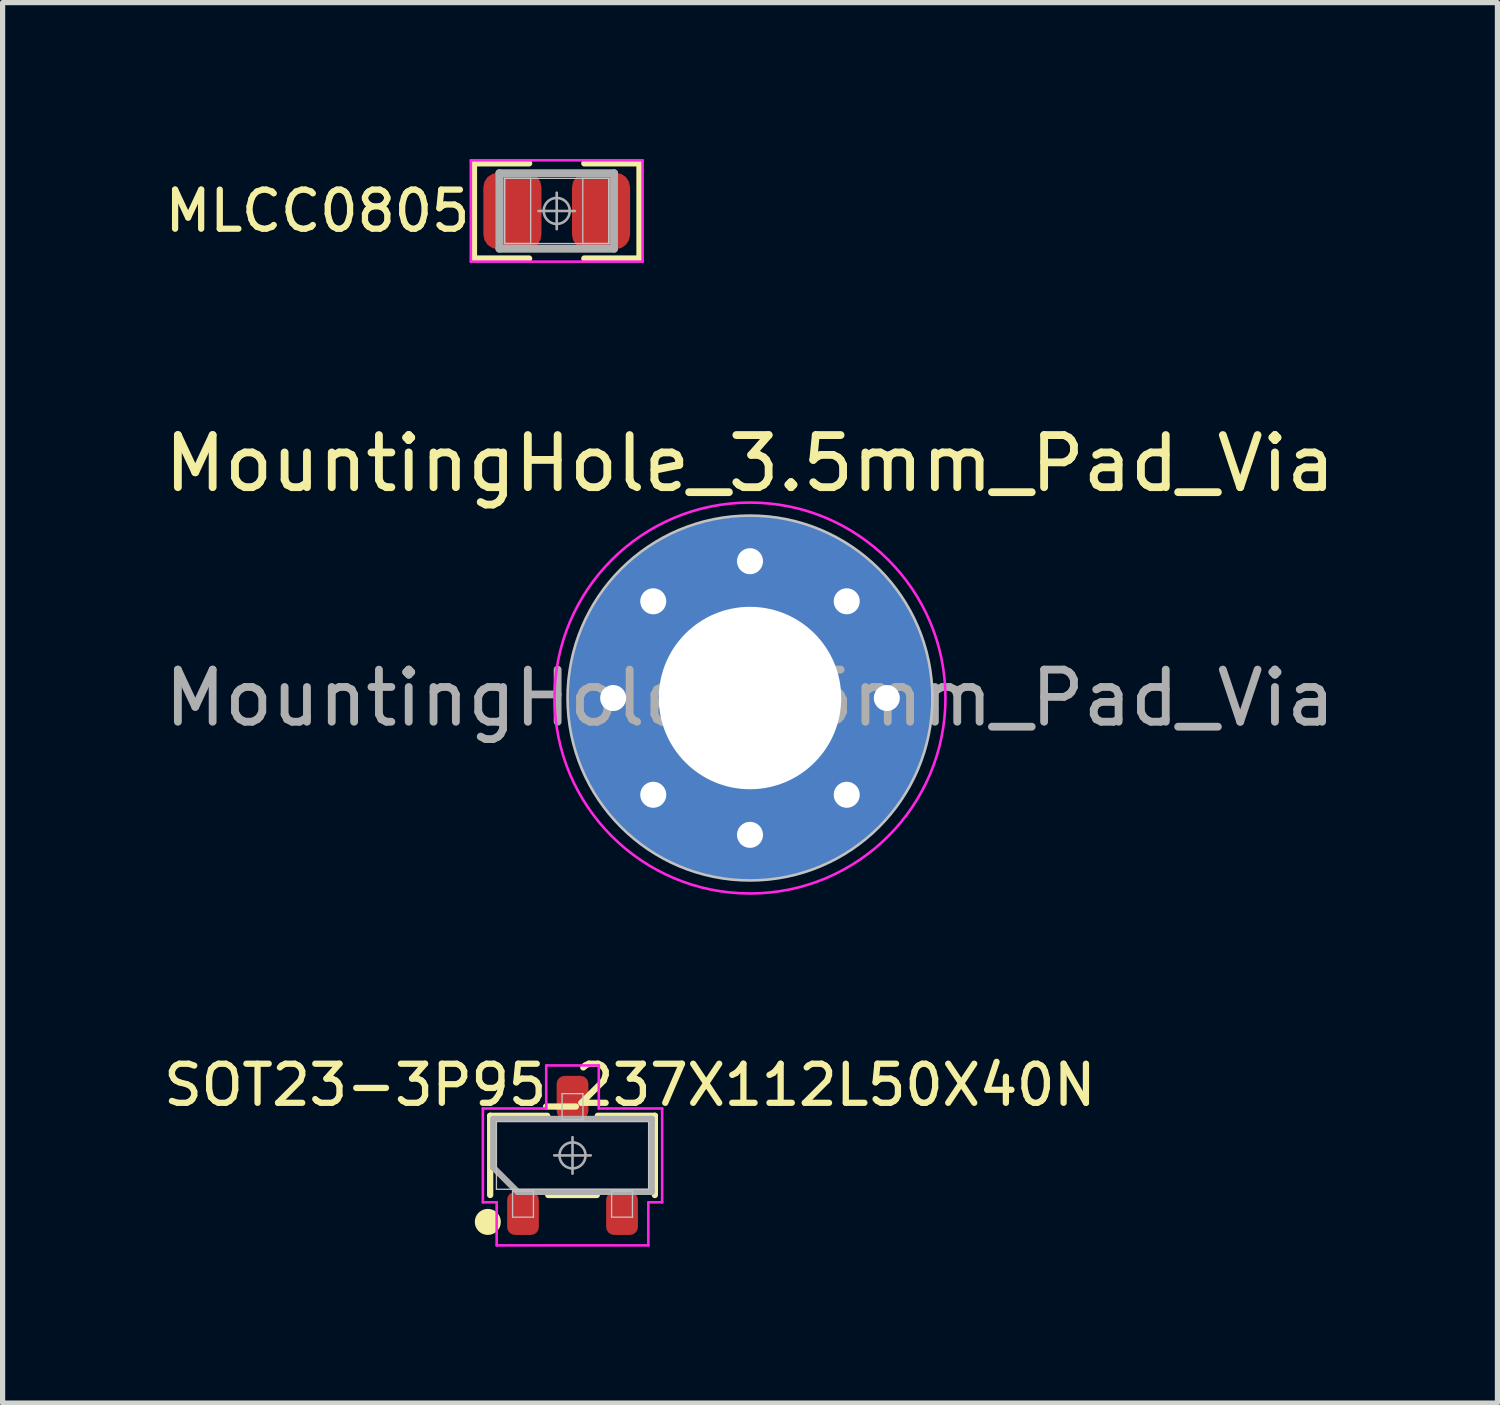
<source format=kicad_pcb>
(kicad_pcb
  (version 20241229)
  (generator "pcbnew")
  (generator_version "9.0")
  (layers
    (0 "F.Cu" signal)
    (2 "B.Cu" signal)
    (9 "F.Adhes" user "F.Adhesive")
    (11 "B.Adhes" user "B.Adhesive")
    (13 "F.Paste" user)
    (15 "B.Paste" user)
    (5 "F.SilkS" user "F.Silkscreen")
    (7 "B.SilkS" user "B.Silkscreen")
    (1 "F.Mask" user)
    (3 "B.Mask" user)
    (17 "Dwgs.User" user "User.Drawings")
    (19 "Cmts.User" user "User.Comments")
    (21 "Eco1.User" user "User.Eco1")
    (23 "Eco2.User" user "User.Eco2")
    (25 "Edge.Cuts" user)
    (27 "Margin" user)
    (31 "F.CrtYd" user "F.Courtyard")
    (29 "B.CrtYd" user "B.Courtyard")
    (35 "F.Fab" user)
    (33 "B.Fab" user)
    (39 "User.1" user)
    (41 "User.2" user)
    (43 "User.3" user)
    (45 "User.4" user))
  (footprint "SOT23-3P95_237X112L50X40N"
    (layer "F.Cu")
    (at 7.934 19.117)
    (property "Reference" "SOT23-3P95_237X112L50X40N" (at 1.1 -1.35 180) (layer "F.SilkS") (effects (font (size 0.75 0.75) (thickness 0.12))))
    (attr smd)
    (fp_line (start -1.58 -0.76) (end -0.485 -0.76) (stroke (width 0.12) (type solid)) (layer "F.SilkS"))
    (fp_line (start -1.58 0.76) (end -1.58 -0.76) (stroke (width 0.12) (type solid)) (layer "F.SilkS"))
    (fp_line (start 0.466 0.76) (end -0.466 0.76) (stroke (width 0.12) (type solid)) (layer "F.SilkS"))
    (fp_line (start 0.485 -0.76) (end 1.58 -0.76) (stroke (width 0.12) (type solid)) (layer "F.SilkS"))
    (fp_line (start 1.58 -0.76) (end 1.58 0.76) (stroke (width 0.12) (type solid)) (layer "F.SilkS"))
    (fp_circle (center -1.625 1.276) (end -1.625 1.401) (stroke (width 0.25) (type solid)) (fill no) (layer "F.SilkS"))
    (fp_line (start -1.46 -0.65) (end 1.46 -0.65) (stroke (width 0.025) (type solid)) (layer "Dwgs.User"))
    (fp_line (start -1.46 0.65) (end -1.46 -0.65) (stroke (width 0.025) (type solid)) (layer "Dwgs.User"))
    (fp_line (start -1.15 0.685) (end -0.75 0.685) (stroke (width 0.025) (type solid)) (layer "Dwgs.User"))
    (fp_line (start -1.15 1.185) (end -1.15 0.685) (stroke (width 0.025) (type solid)) (layer "Dwgs.User"))
    (fp_line (start -0.75 0.685) (end -0.75 1.185) (stroke (width 0.025) (type solid)) (layer "Dwgs.User"))
    (fp_line (start -0.75 1.185) (end -1.15 1.185) (stroke (width 0.025) (type solid)) (layer "Dwgs.User"))
    (fp_line (start -0.2 -1.185) (end 0.2 -1.185) (stroke (width 0.025) (type solid)) (layer "Dwgs.User"))
    (fp_line (start -0.2 -0.685) (end -0.2 -1.185) (stroke (width 0.025) (type solid)) (layer "Dwgs.User"))
    (fp_line (start 0.2 -1.185) (end 0.2 -0.685) (stroke (width 0.025) (type solid)) (layer "Dwgs.User"))
    (fp_line (start 0.2 -0.685) (end -0.2 -0.685) (stroke (width 0.025) (type solid)) (layer "Dwgs.User"))
    (fp_line (start 0.75 0.685) (end 1.15 0.685) (stroke (width 0.025) (type solid)) (layer "Dwgs.User"))
    (fp_line (start 0.75 1.185) (end 0.75 0.685) (stroke (width 0.025) (type solid)) (layer "Dwgs.User"))
    (fp_line (start 1.15 0.685) (end 1.15 1.185) (stroke (width 0.025) (type solid)) (layer "Dwgs.User"))
    (fp_line (start 1.15 1.185) (end 0.75 1.185) (stroke (width 0.025) (type solid)) (layer "Dwgs.User"))
    (fp_line (start 1.46 -0.65) (end 1.46 0.65) (stroke (width 0.025) (type solid)) (layer "Dwgs.User"))
    (fp_line (start 1.46 0.65) (end -1.46 0.65) (stroke (width 0.025) (type solid)) (layer "Dwgs.User"))
    (fp_line (start -1.72 -0.9) (end -1.72 0.9) (stroke (width 0.05) (type solid)) (layer "F.CrtYd"))
    (fp_line (start -1.72 0.9) (end -1.455 0.9) (stroke (width 0.05) (type solid)) (layer "F.CrtYd"))
    (fp_line (start -1.455 0.9) (end -1.455 1.726) (stroke (width 0.05) (type solid)) (layer "F.CrtYd"))
    (fp_line (start -1.455 1.726) (end 1.455 1.726) (stroke (width 0.05) (type solid)) (layer "F.CrtYd"))
    (fp_line (start -0.504 -1.726) (end -0.504 -0.9) (stroke (width 0.05) (type solid)) (layer "F.CrtYd"))
    (fp_line (start -0.504 -0.9) (end -1.72 -0.9) (stroke (width 0.05) (type solid)) (layer "F.CrtYd"))
    (fp_line (start 0.504 -1.726) (end -0.504 -1.726) (stroke (width 0.05) (type solid)) (layer "F.CrtYd"))
    (fp_line (start 0.504 -0.9) (end 0.504 -1.726) (stroke (width 0.05) (type solid)) (layer "F.CrtYd"))
    (fp_line (start 1.455 0.9) (end 1.72 0.9) (stroke (width 0.05) (type solid)) (layer "F.CrtYd"))
    (fp_line (start 1.455 1.726) (end 1.455 0.9) (stroke (width 0.05) (type solid)) (layer "F.CrtYd"))
    (fp_line (start 1.72 -0.9) (end 0.504 -0.9) (stroke (width 0.05) (type solid)) (layer "F.CrtYd"))
    (fp_line (start 1.72 0.9) (end 1.72 -0.9) (stroke (width 0.05) (type solid)) (layer "F.CrtYd"))
    (fp_line (start -1.52 -0.7) (end 1.52 -0.7) (stroke (width 0.12) (type solid)) (layer "F.Fab"))
    (fp_line (start -1.52 0.233) (end -1.52 -0.7) (stroke (width 0.12) (type solid)) (layer "F.Fab"))
    (fp_line (start -1.053 0.7) (end -1.52 0.233) (stroke (width 0.12) (type solid)) (layer "F.Fab"))
    (fp_line (start -0.35 0) (end 0.35 0) (stroke (width 0.05) (type solid)) (layer "F.Fab"))
    (fp_line (start 0 -0.35) (end 0 0.35) (stroke (width 0.05) (type solid)) (layer "F.Fab"))
    (fp_line (start 1.52 -0.7) (end 1.52 0.7) (stroke (width 0.12) (type solid)) (layer "F.Fab"))
    (fp_line (start 1.52 0.7) (end -1.053 0.7) (stroke (width 0.12) (type solid)) (layer "F.Fab"))
    (fp_circle (center 0 0) (end 0.25 0) (stroke (width 0.05) (type solid)) (fill no) (layer "F.Fab"))
    (pad "1" smd roundrect (at -0.95 1.113 90) (size 0.826 0.609) (layers "F.Cu" "F.Mask" "F.Paste") (roundrect_rratio 0.25))
    (pad "2" smd roundrect (at 0.95 1.113 90) (size 0.826 0.609) (layers "F.Cu" "F.Mask" "F.Paste") (roundrect_rratio 0.25))
    (pad "3" smd roundrect (at 0 -1.113 90) (size 0.826 0.609) (layers "F.Cu" "F.Mask" "F.Paste") (roundrect_rratio 0.25)))
  (footprint "MountingHole_3.5mm_Pad_Via"
    (layer "F.Cu")
    (at 11.339 10.342)
    (property "Reference" "MountingHole_3.5mm_Pad_Via" (at 0 -4.5 0) (layer "F.SilkS") (effects (font (size 1 1) (thickness 0.15))))
    (attr exclude_from_pos_files exclude_from_bom)
    (fp_circle (center 0 0) (end 3.5 0) (stroke (width 0.05) (type solid)) (fill no) (layer "Dwgs.User"))
    (fp_circle (center 0 0) (end 3.75 0) (stroke (width 0.05) (type solid)) (fill no) (layer "F.CrtYd"))
    (fp_text user "${REFERENCE}" (at 0 0 0) (layer "F.Fab") (effects (font (size 1 1) (thickness 0.15))))
    (pad "1" thru_hole circle (at -2.625 0) (size 0.8 0.8) (drill 0.5) (layers "*.Cu" "*.Mask"))
    (pad "1" thru_hole circle (at -1.856 -1.856) (size 0.8 0.8) (drill 0.5) (layers "*.Cu" "*.Mask"))
    (pad "1" thru_hole circle (at -1.856 1.856) (size 0.8 0.8) (drill 0.5) (layers "*.Cu" "*.Mask"))
    (pad "1" thru_hole circle (at 0 -2.625) (size 0.8 0.8) (drill 0.5) (layers "*.Cu" "*.Mask"))
    (pad "1" thru_hole circle (at 0 0) (size 7 7) (drill 3.5) (layers "*.Cu" "*.Mask"))
    (pad "1" thru_hole circle (at 0 2.625) (size 0.8 0.8) (drill 0.5) (layers "*.Cu" "*.Mask"))
    (pad "1" thru_hole circle (at 1.856 -1.856) (size 0.8 0.8) (drill 0.5) (layers "*.Cu" "*.Mask"))
    (pad "1" thru_hole circle (at 1.856 1.856) (size 0.8 0.8) (drill 0.5) (layers "*.Cu" "*.Mask"))
    (pad "1" thru_hole circle (at 2.625 0) (size 0.8 0.8) (drill 0.5) (layers "*.Cu" "*.Mask")))
  (footprint "MLCC0805"
    (layer "F.Cu")
    (at 7.631 0.997)
    (property "Reference" "MLCC0805" (at -1.6 0 0) (layer "F.SilkS") (effects (font (size 0.75 0.75) (thickness 0.12)) (justify right)))
    (attr smd)
    (fp_line (start -1.588 -0.913) (end -0.529 -0.913) (stroke (width 0.12) (type solid)) (layer "F.SilkS"))
    (fp_line (start -1.588 0.913) (end -1.588 -0.913) (stroke (width 0.12) (type solid)) (layer "F.SilkS"))
    (fp_line (start -0.529 0.913) (end -1.588 0.913) (stroke (width 0.12) (type solid)) (layer "F.SilkS"))
    (fp_line (start 0.529 0.913) (end 1.588 0.913) (stroke (width 0.12) (type solid)) (layer "F.SilkS"))
    (fp_line (start 1.588 -0.913) (end 0.529 -0.913) (stroke (width 0.12) (type solid)) (layer "F.SilkS"))
    (fp_line (start 1.588 0.913) (end 1.588 -0.913) (stroke (width 0.12) (type solid)) (layer "F.SilkS"))
    (fp_line (start -1 -0.625) (end -0.5 -0.625) (stroke (width 0.025) (type solid)) (layer "Dwgs.User"))
    (fp_line (start -1 -0.625) (end 1 -0.625) (stroke (width 0.025) (type solid)) (layer "Dwgs.User"))
    (fp_line (start -1 0.625) (end -1 -0.625) (stroke (width 0.025) (type solid)) (layer "Dwgs.User"))
    (fp_line (start -1 0.625) (end -1 -0.625) (stroke (width 0.025) (type solid)) (layer "Dwgs.User"))
    (fp_line (start -0.5 -0.625) (end -0.5 0.625) (stroke (width 0.025) (type solid)) (layer "Dwgs.User"))
    (fp_line (start -0.5 0.625) (end -1 0.625) (stroke (width 0.025) (type solid)) (layer "Dwgs.User"))
    (fp_line (start 0.5 -0.625) (end 1 -0.625) (stroke (width 0.025) (type solid)) (layer "Dwgs.User"))
    (fp_line (start 0.5 0.625) (end 0.5 -0.625) (stroke (width 0.025) (type solid)) (layer "Dwgs.User"))
    (fp_line (start 1 -0.625) (end 1 0.625) (stroke (width 0.025) (type solid)) (layer "Dwgs.User"))
    (fp_line (start 1 -0.625) (end 1 0.625) (stroke (width 0.025) (type solid)) (layer "Dwgs.User"))
    (fp_line (start 1 0.625) (end -1 0.625) (stroke (width 0.025) (type solid)) (layer "Dwgs.User"))
    (fp_line (start 1 0.625) (end 0.5 0.625) (stroke (width 0.025) (type solid)) (layer "Dwgs.User"))
    (fp_line (start -1.648 -0.972) (end 1.648 -0.972) (stroke (width 0.05) (type solid)) (layer "F.CrtYd"))
    (fp_line (start -1.648 0.972) (end -1.648 -0.972) (stroke (width 0.05) (type solid)) (layer "F.CrtYd"))
    (fp_line (start 1.648 -0.972) (end 1.648 0.972) (stroke (width 0.05) (type solid)) (layer "F.CrtYd"))
    (fp_line (start 1.648 0.972) (end -1.648 0.972) (stroke (width 0.05) (type solid)) (layer "F.CrtYd"))
    (fp_line (start -1.1 -0.725) (end 1.1 -0.725) (stroke (width 0.15) (type solid)) (layer "F.Fab"))
    (fp_line (start -1.1 0.725) (end -1.1 -0.725) (stroke (width 0.15) (type solid)) (layer "F.Fab"))
    (fp_line (start 0 -0.35) (end 0 0.35) (stroke (width 0.05) (type solid)) (layer "F.Fab"))
    (fp_line (start 0.35 0) (end -0.35 0) (stroke (width 0.05) (type solid)) (layer "F.Fab"))
    (fp_line (start 1.1 -0.725) (end 1.1 0.725) (stroke (width 0.15) (type solid)) (layer "F.Fab"))
    (fp_line (start 1.1 0.725) (end -1.1 0.725) (stroke (width 0.15) (type solid)) (layer "F.Fab"))
    (fp_circle (center 0 0) (end 0.25 0) (stroke (width 0.05) (type solid)) (fill no) (layer "F.Fab"))
    (pad "1" smd roundrect (at -0.85 0) (size 1.115 1.465) (layers "F.Cu" "F.Mask" "F.Paste") (roundrect_rratio 0.25))
    (pad "2" smd roundrect (at 0.85 0) (size 1.115 1.465) (layers "F.Cu" "F.Mask" "F.Paste") (roundrect_rratio 0.25)))
  (gr_rect
    (start -3 -3)
    (end 25.679 23.868)
    (stroke (width 0.1) (type default))
    (fill no)
    (layer "Edge.Cuts")))
</source>
